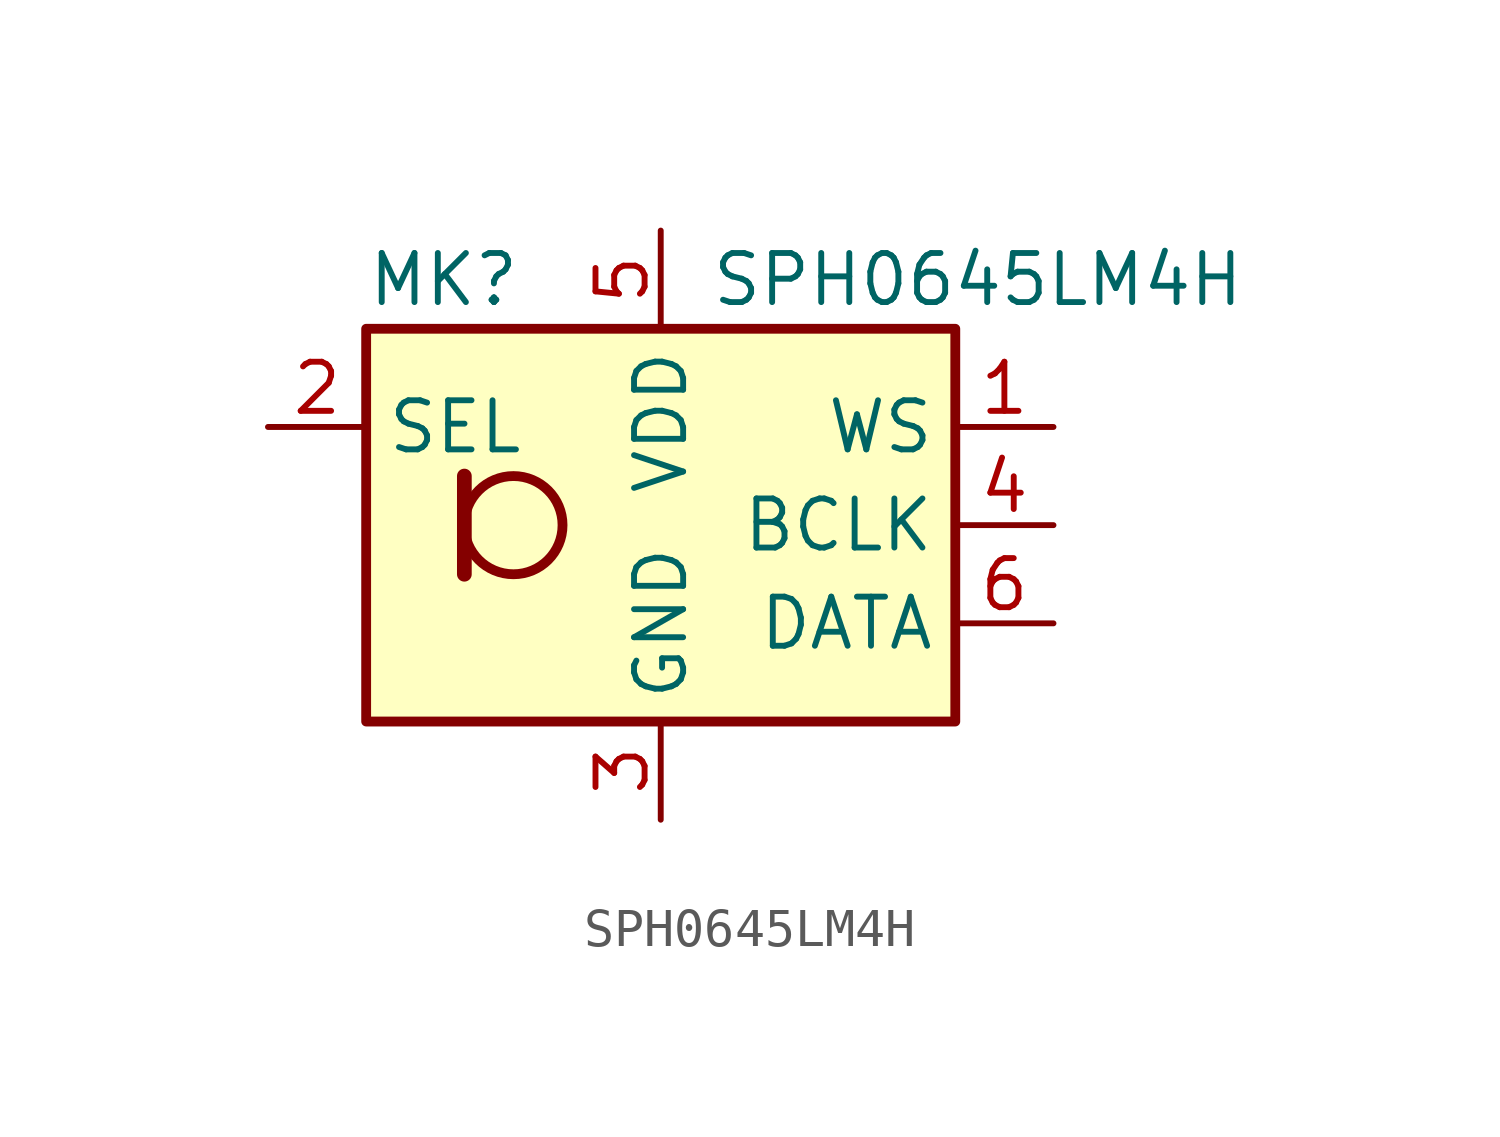
<source format=kicad_sym>
(kicad_symbol_lib
  (version 20231120)
  (generator "kicad_symbol_editor")
  (generator_version "8.0")
  (symbol "SPH0645LM4H"
    (property "Reference" "MK"
      (at -7.62 6.35 0)
      (effects (font (size 1.27 1.27)) (justify left)))
    (property "Value" "SPH0645LM4H"
      (at 1.27 6.35 0)
      (effects (font (size 1.27 1.27)) (justify left)))
    (symbol "SPH0645LM4H_1_1"
      (rectangle (start -7.62 5.08) (end 7.62 -5.08) (stroke (width 0.254) (type default)) (fill (type background)))
      (circle (center -3.81 0) (radius 1.27) (stroke (width 0.254) (type default)) (fill (type none)))
      (polyline (pts (xy -5.08 1.27) (xy -5.08 -1.27)) (stroke (width 0.381) (type default)) (fill (type none)))
      (pin input line (at 10.16 2.54 180) (length 2.54) (name "WS" (effects (font (size 1.27 1.27)))) (number "1" (effects (font (size 1.27 1.27)))))
      (pin input line (at -10.16 2.54 0) (length 2.54) (name "SEL" (effects (font (size 1.27 1.27)))) (number "2" (effects (font (size 1.27 1.27)))))
      (pin power_in line (at 0 -7.62 90) (length 2.54) (name "GND" (effects (font (size 1.27 1.27)))) (number "3" (effects (font (size 1.27 1.27)))))
      (pin input line (at 10.16 0 180) (length 2.54) (name "BCLK" (effects (font (size 1.27 1.27)))) (number "4" (effects (font (size 1.27 1.27)))))
      (pin power_in line (at 0 7.62 270) (length 2.54) (name "VDD" (effects (font (size 1.27 1.27)))) (number "5" (effects (font (size 1.27 1.27)))))
      (pin tri_state line (at 10.16 -2.54 180) (length 2.54) (name "DATA" (effects (font (size 1.27 1.27)))) (number "6" (effects (font (size 1.27 1.27))))))))
</source>
